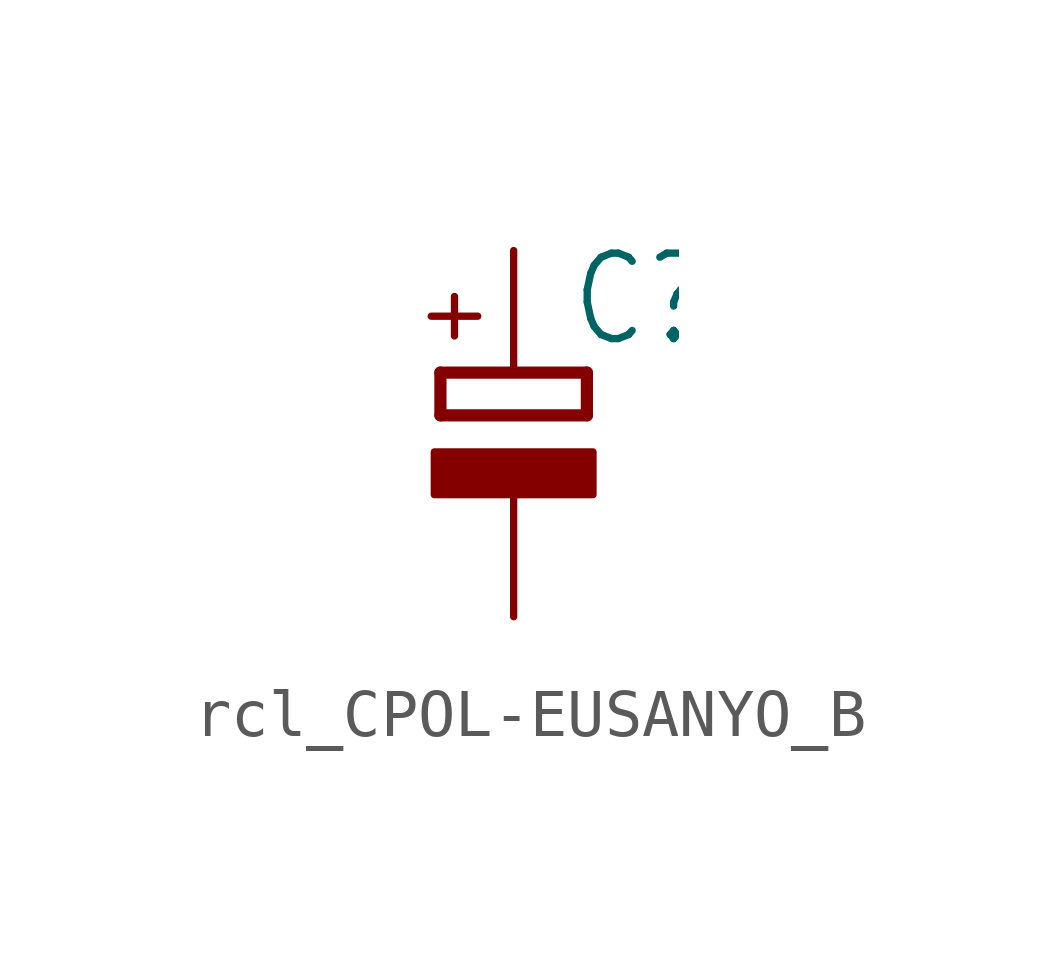
<source format=kicad_sym>
(kicad_symbol_lib
  (version 20231120)
  (generator "kicad_symbol_editor")
  (generator_version "8.0")
  (symbol "rcl_CPOL-EUSANYO_B"
    (property "Reference" "C"
      (at 1.143 0.483 0)
      (effects (font (size 1.778 1.511)) (justify left bottom)))
    (property "Value" ""
      (at 1.143 -4.597 0)
      (effects (font (size 1.778 1.511)) (justify left bottom)))
    (property "ki_locked" ""
      (at 0 0 0)
      (effects (font (size 1.27 1.27))))
    (symbol "rcl_CPOL-EUSANYO_B_1_0"
      (rectangle (start -1.651 -2.54) (end 1.651 -1.651) (stroke (width 0) (type default)) (fill (type outline)))
      (polyline (pts (xy -1.524 -0.889) (xy 1.524 -0.889)) (stroke (width 0.254) (type solid)) (fill (type none)))
      (polyline (pts (xy -1.524 0) (xy -1.524 -0.889)) (stroke (width 0.254) (type solid)) (fill (type none)))
      (polyline (pts (xy -1.524 0) (xy 1.524 0)) (stroke (width 0.254) (type solid)) (fill (type none)))
      (polyline (pts (xy 1.524 -0.889) (xy 1.524 0)) (stroke (width 0.254) (type solid)) (fill (type none)))
      (text "+" (at -0.584 0.406 900) (effects (font (size 1.27 1.079)) (justify left bottom)))
      (pin passive line (at 0 2.54 270) (length 2.54) (name "+" (effects (font (size 0 0)))) (number "+" (effects (font (size 0 0)))))
      (pin passive line (at 0 -5.08 90) (length 2.54) (name "-" (effects (font (size 0 0)))) (number "-" (effects (font (size 0 0))))))))
</source>
